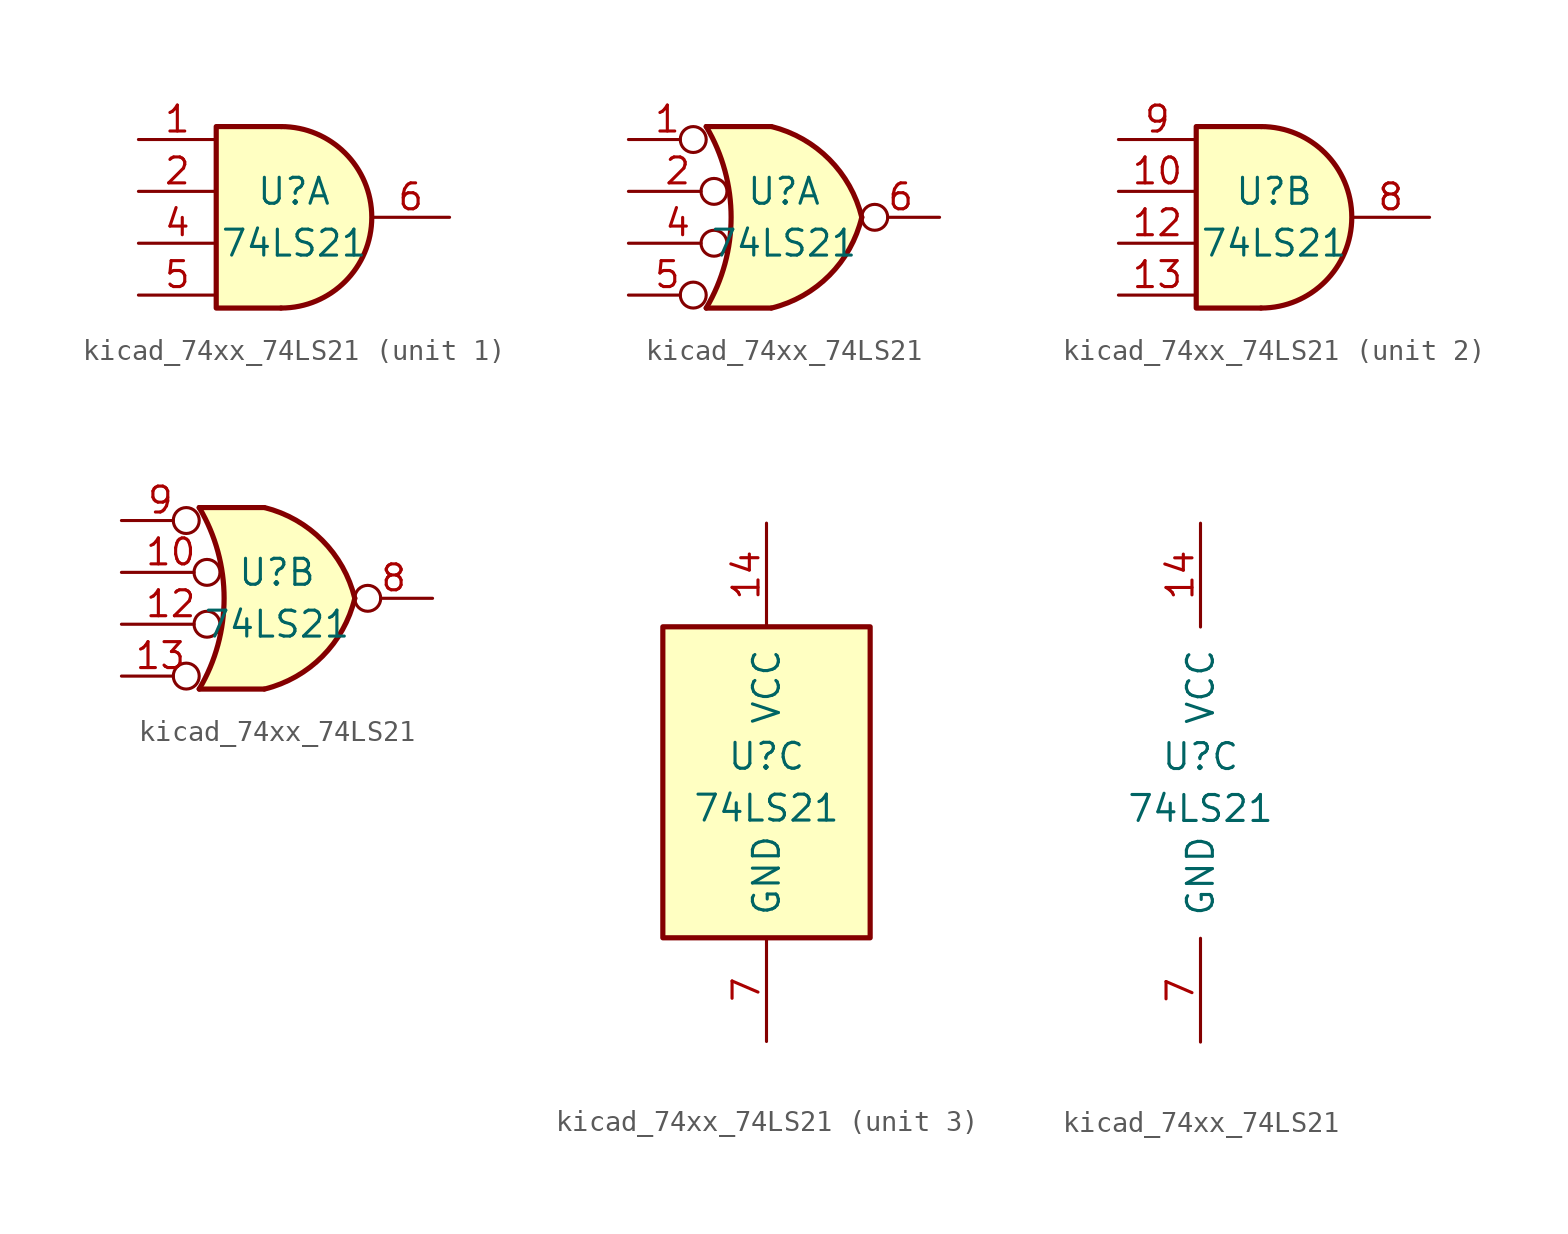
<source format=kicad_sym>
(kicad_symbol_lib
  (version 20220914)
  (generator kicad_symbol_editor)
  (symbol "kicad_74xx_74LS21"
    (pin_names
      (offset 1.016))
    (property "Reference" "U"
      (at 0 1.27 0)
      (effects (font (size 1.27 1.27))))
    (property "Value" "74LS21"
      (at 0 -1.27 0)
      (effects (font (size 1.27 1.27))))
    (property "ki_locked" ""
      (at 0 0 0)
      (effects (font (size 1.27 1.27))))
    (symbol "kicad_74xx_74LS21_1_1"
      (arc (start -0.635 -4.445) (mid 3.7907 0) (end -0.635 4.445) (stroke (width 0.254) (type default)) (fill (type background)))
      (polyline (pts (xy -0.635 4.445) (xy -3.81 4.445) (xy -3.81 -4.445) (xy -0.635 -4.445)) (stroke (width 0.254) (type default)) (fill (type background)))
      (pin input line (at -7.62 3.81 0) (length 3.81) (name "~" (effects (font (size 1.27 1.27)))) (number "1" (effects (font (size 1.27 1.27)))))
      (pin input line (at -7.62 1.27 0) (length 3.81) (name "~" (effects (font (size 1.27 1.27)))) (number "2" (effects (font (size 1.27 1.27)))))
      (pin input line (at -7.62 -1.27 0) (length 3.81) (name "~" (effects (font (size 1.27 1.27)))) (number "4" (effects (font (size 1.27 1.27)))))
      (pin input line (at -7.62 -3.81 0) (length 3.81) (name "~" (effects (font (size 1.27 1.27)))) (number "5" (effects (font (size 1.27 1.27)))))
      (pin output line (at 7.62 0 180) (length 3.81) (name "~" (effects (font (size 1.27 1.27)))) (number "6" (effects (font (size 1.27 1.27))))))
    (symbol "kicad_74xx_74LS21_1_2"
      (arc (start -3.81 -4.445) (mid -2.5908 0) (end -3.81 4.445) (stroke (width 0.254) (type default)) (fill (type none)))
      (arc (start -0.6096 -4.445) (mid 2.2246 -2.8422) (end 3.81 0) (stroke (width 0.254) (type default)) (fill (type background)))
      (polyline (pts (xy -3.81 -4.445) (xy -0.635 -4.445)) (stroke (width 0.254) (type default)) (fill (type background)))
      (polyline (pts (xy -3.81 4.445) (xy -0.635 4.445)) (stroke (width 0.254) (type default)) (fill (type background)))
      (polyline (pts (xy -0.635 4.445) (xy -3.81 4.445) (xy -3.81 4.445) (xy -3.632 4.089) (xy -3.099 2.921) (xy -2.769 1.676) (xy -2.616 0.432) (xy -2.642 -0.864) (xy -2.87 -2.108) (xy -3.251 -3.327) (xy -3.81 -4.445) (xy -3.81 -4.445) (xy -0.635 -4.445)) (stroke (width -25.4) (type default)) (fill (type background)))
      (arc (start 3.81 0) (mid 2.2204 2.8379) (end -0.6096 4.445) (stroke (width 0.254) (type default)) (fill (type background)))
      (pin input inverted (at -7.62 3.81 0) (length 3.81) (name "~" (effects (font (size 1.27 1.27)))) (number "1" (effects (font (size 1.27 1.27)))))
      (pin input inverted (at -7.62 1.27 0) (length 4.826) (name "~" (effects (font (size 1.27 1.27)))) (number "2" (effects (font (size 1.27 1.27)))))
      (pin input inverted (at -7.62 -1.27 0) (length 4.826) (name "~" (effects (font (size 1.27 1.27)))) (number "4" (effects (font (size 1.27 1.27)))))
      (pin input inverted (at -7.62 -3.81 0) (length 3.81) (name "~" (effects (font (size 1.27 1.27)))) (number "5" (effects (font (size 1.27 1.27)))))
      (pin output inverted (at 7.62 0 180) (length 3.81) (name "~" (effects (font (size 1.27 1.27)))) (number "6" (effects (font (size 1.27 1.27))))))
    (symbol "kicad_74xx_74LS21_2_1"
      (arc (start -0.635 -4.445) (mid 3.7907 0) (end -0.635 4.445) (stroke (width 0.254) (type default)) (fill (type background)))
      (polyline (pts (xy -0.635 4.445) (xy -3.81 4.445) (xy -3.81 -4.445) (xy -0.635 -4.445)) (stroke (width 0.254) (type default)) (fill (type background)))
      (pin input line (at -7.62 1.27 0) (length 3.81) (name "~" (effects (font (size 1.27 1.27)))) (number "10" (effects (font (size 1.27 1.27)))))
      (pin input line (at -7.62 -1.27 0) (length 3.81) (name "~" (effects (font (size 1.27 1.27)))) (number "12" (effects (font (size 1.27 1.27)))))
      (pin input line (at -7.62 -3.81 0) (length 3.81) (name "~" (effects (font (size 1.27 1.27)))) (number "13" (effects (font (size 1.27 1.27)))))
      (pin output line (at 7.62 0 180) (length 3.81) (name "~" (effects (font (size 1.27 1.27)))) (number "8" (effects (font (size 1.27 1.27)))))
      (pin input line (at -7.62 3.81 0) (length 3.81) (name "~" (effects (font (size 1.27 1.27)))) (number "9" (effects (font (size 1.27 1.27))))))
    (symbol "kicad_74xx_74LS21_2_2"
      (arc (start -3.81 -4.445) (mid -2.5908 0) (end -3.81 4.445) (stroke (width 0.254) (type default)) (fill (type none)))
      (arc (start -0.6096 -4.445) (mid 2.2246 -2.8422) (end 3.81 0) (stroke (width 0.254) (type default)) (fill (type background)))
      (polyline (pts (xy -3.81 -4.445) (xy -0.635 -4.445)) (stroke (width 0.254) (type default)) (fill (type background)))
      (polyline (pts (xy -3.81 4.445) (xy -0.635 4.445)) (stroke (width 0.254) (type default)) (fill (type background)))
      (polyline (pts (xy -0.635 4.445) (xy -3.81 4.445) (xy -3.81 4.445) (xy -3.632 4.089) (xy -3.099 2.921) (xy -2.769 1.676) (xy -2.616 0.432) (xy -2.642 -0.864) (xy -2.87 -2.108) (xy -3.251 -3.327) (xy -3.81 -4.445) (xy -3.81 -4.445) (xy -0.635 -4.445)) (stroke (width -25.4) (type default)) (fill (type background)))
      (arc (start 3.81 0) (mid 2.2204 2.8379) (end -0.6096 4.445) (stroke (width 0.254) (type default)) (fill (type background)))
      (pin input inverted (at -7.62 1.27 0) (length 4.826) (name "~" (effects (font (size 1.27 1.27)))) (number "10" (effects (font (size 1.27 1.27)))))
      (pin input inverted (at -7.62 -1.27 0) (length 4.826) (name "~" (effects (font (size 1.27 1.27)))) (number "12" (effects (font (size 1.27 1.27)))))
      (pin input inverted (at -7.62 -3.81 0) (length 3.81) (name "~" (effects (font (size 1.27 1.27)))) (number "13" (effects (font (size 1.27 1.27)))))
      (pin output inverted (at 7.62 0 180) (length 3.81) (name "~" (effects (font (size 1.27 1.27)))) (number "8" (effects (font (size 1.27 1.27)))))
      (pin input inverted (at -7.62 3.81 0) (length 3.81) (name "~" (effects (font (size 1.27 1.27)))) (number "9" (effects (font (size 1.27 1.27))))))
    (symbol "kicad_74xx_74LS21_3_0"
      (pin power_in line (at 0 12.7 270) (length 5.08) (name "VCC" (effects (font (size 1.27 1.27)))) (number "14" (effects (font (size 1.27 1.27)))))
      (pin power_in line (at 0 -12.7 90) (length 5.08) (name "GND" (effects (font (size 1.27 1.27)))) (number "7" (effects (font (size 1.27 1.27))))))
    (symbol "kicad_74xx_74LS21_3_1"
      (rectangle (start -5.08 7.62) (end 5.08 -7.62) (stroke (width 0.254) (type default)) (fill (type background))))))
</source>
